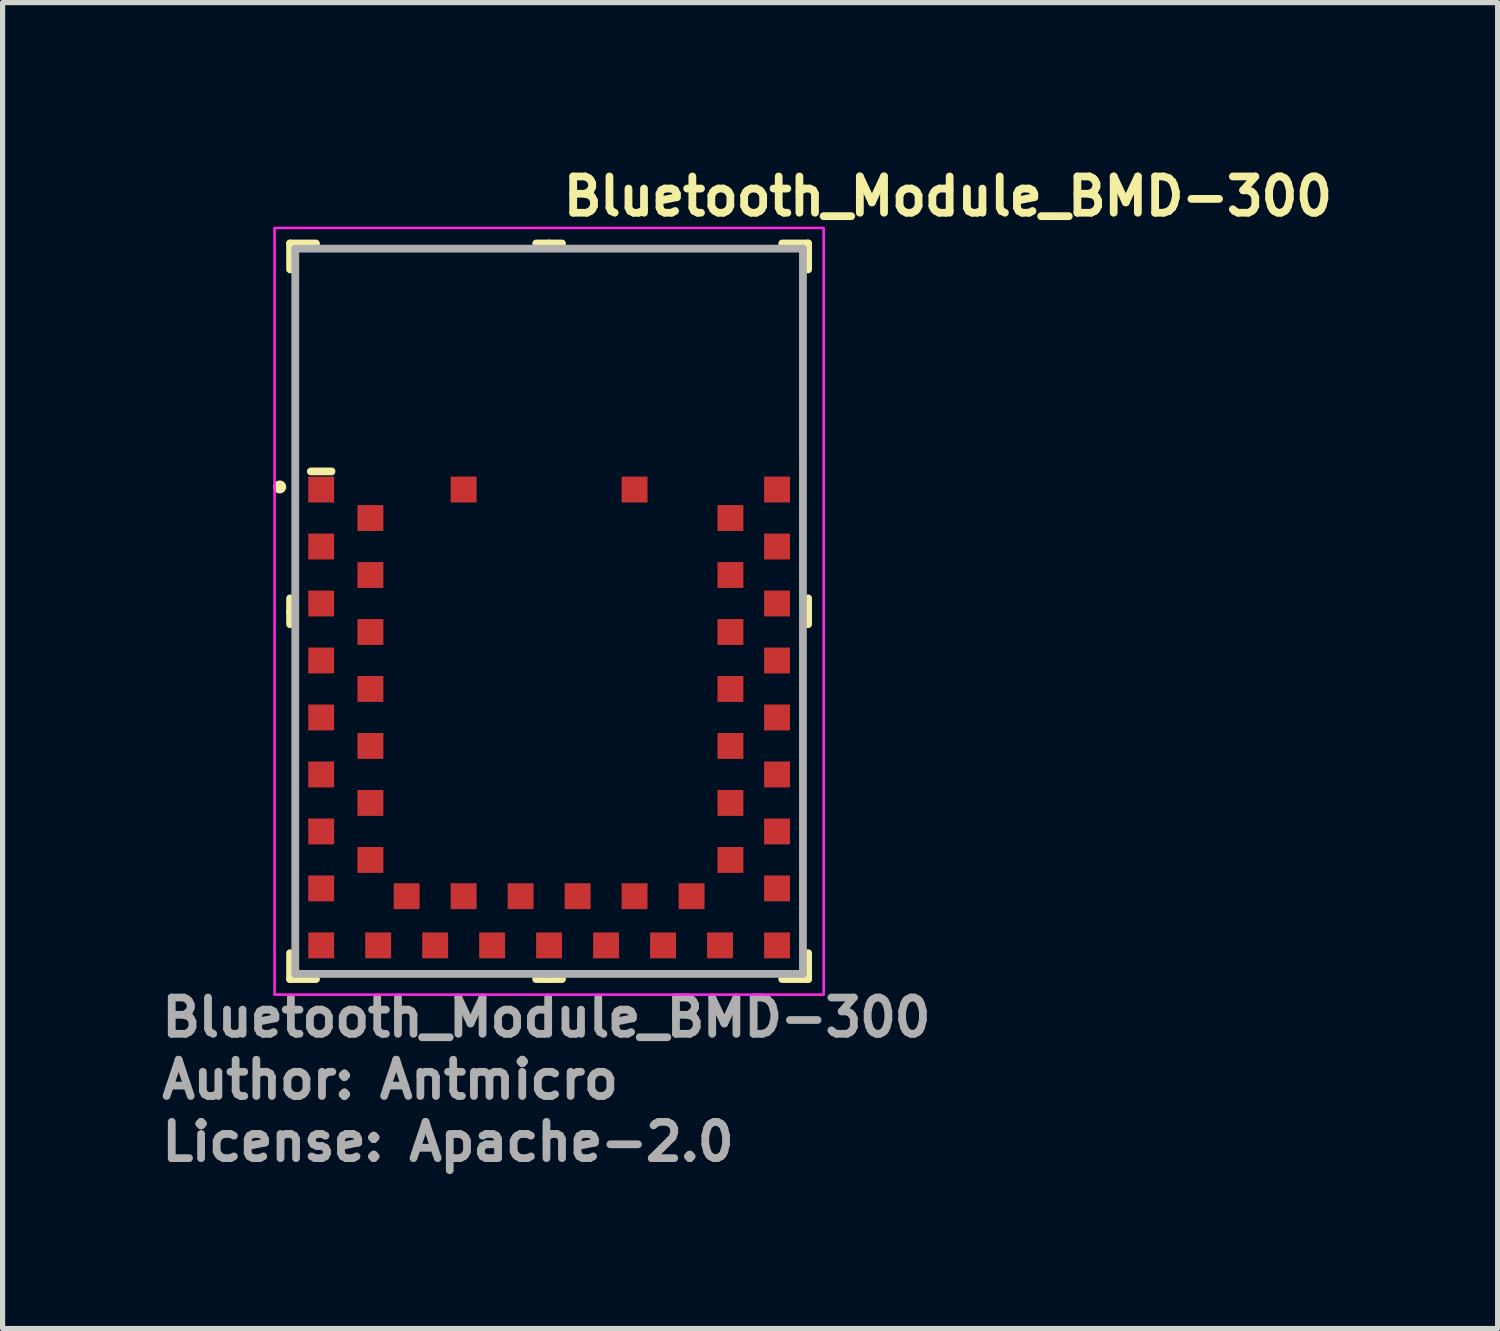
<source format=kicad_pcb>
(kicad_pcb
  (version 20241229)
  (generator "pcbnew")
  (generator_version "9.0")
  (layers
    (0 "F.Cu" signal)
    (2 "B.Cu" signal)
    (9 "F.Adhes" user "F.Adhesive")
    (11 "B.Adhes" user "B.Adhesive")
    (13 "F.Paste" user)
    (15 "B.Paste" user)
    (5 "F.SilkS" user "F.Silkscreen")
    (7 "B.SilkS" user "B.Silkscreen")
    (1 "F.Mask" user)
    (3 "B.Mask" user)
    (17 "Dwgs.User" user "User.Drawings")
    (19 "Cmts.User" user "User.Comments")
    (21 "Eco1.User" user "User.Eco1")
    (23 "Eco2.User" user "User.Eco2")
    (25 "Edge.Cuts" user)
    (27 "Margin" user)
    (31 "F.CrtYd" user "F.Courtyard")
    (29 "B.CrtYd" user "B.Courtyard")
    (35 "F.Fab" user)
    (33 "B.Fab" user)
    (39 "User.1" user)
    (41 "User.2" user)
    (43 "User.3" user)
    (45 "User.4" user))
  (footprint "Bluetooth_Module_BMD-300"
    (layer "F.Cu")
    (at 7.75 8.55)
    (property "Reference" "Bluetooth_Module_BMD-300" (at 0 -7.4 0) (layer "F.SilkS") (effects (font (size 0.7 0.7) (thickness 0.15)) (justify left bottom)))
    (attr smd)
    (fp_line (start -5.2 -6.9) (end -5.2 -6.4) (stroke (width 0.15) (type solid)) (layer "F.SilkS"))
    (fp_line (start -5.2 -6.9) (end -4.7 -6.9) (stroke (width 0.15) (type solid)) (layer "F.SilkS"))
    (fp_line (start -5.2 0.2) (end -5.2 -0.05) (stroke (width 0.15) (type solid)) (layer "F.SilkS"))
    (fp_line (start -5.2 0.2) (end -5.2 0.45) (stroke (width 0.15) (type solid)) (layer "F.SilkS"))
    (fp_line (start -5.2 7.3) (end -5.2 6.8) (stroke (width 0.15) (type solid)) (layer "F.SilkS"))
    (fp_line (start -5.2 7.3) (end -4.7 7.3) (stroke (width 0.15) (type solid)) (layer "F.SilkS"))
    (fp_line (start -4.4 -2.5) (end -4.8 -2.5) (stroke (width 0.15) (type solid)) (layer "F.SilkS"))
    (fp_line (start -0.2 -6.9) (end -0.45 -6.9) (stroke (width 0.15) (type solid)) (layer "F.SilkS"))
    (fp_line (start -0.2 -6.9) (end 0.05 -6.9) (stroke (width 0.15) (type solid)) (layer "F.SilkS"))
    (fp_line (start -0.2 7.3) (end -0.45 7.3) (stroke (width 0.15) (type solid)) (layer "F.SilkS"))
    (fp_line (start -0.2 7.3) (end 0.05 7.3) (stroke (width 0.15) (type solid)) (layer "F.SilkS"))
    (fp_line (start 4.8 -6.9) (end 4.3 -6.9) (stroke (width 0.15) (type solid)) (layer "F.SilkS"))
    (fp_line (start 4.8 -6.9) (end 4.8 -6.4) (stroke (width 0.15) (type solid)) (layer "F.SilkS"))
    (fp_line (start 4.8 0.2) (end 4.8 -0.05) (stroke (width 0.15) (type solid)) (layer "F.SilkS"))
    (fp_line (start 4.8 0.2) (end 4.8 0.45) (stroke (width 0.15) (type solid)) (layer "F.SilkS"))
    (fp_line (start 4.8 7.3) (end 4.3 7.3) (stroke (width 0.15) (type solid)) (layer "F.SilkS"))
    (fp_line (start 4.8 7.3) (end 4.8 6.8) (stroke (width 0.15) (type solid)) (layer "F.SilkS"))
    (fp_circle (center -5.4 -2.2) (end -5.4 -2.15) (stroke (width 0.15) (type solid)) (fill yes) (layer "F.SilkS"))
    (fp_rect (start 5.1 -7.2) (end -5.5 7.6) (stroke (width 0.05) (type solid)) (fill no) (layer "F.CrtYd"))
    (fp_line (start -5.1 -6.8) (end -5.1 7.2) (stroke (width 0.15) (type solid)) (layer "F.Fab"))
    (fp_line (start 4.7 -6.8) (end -5.1 -6.8) (stroke (width 0.15) (type solid)) (layer "F.Fab"))
    (fp_line (start 4.7 -6.8) (end 4.7 7.2) (stroke (width 0.15) (type solid)) (layer "F.Fab"))
    (fp_line (start 4.7 7.2) (end -5.1 7.2) (stroke (width 0.15) (type solid)) (layer "F.Fab"))
    (fp_rect (start -5.1 7.2) (end 4.7 -6.8) (stroke (width 0.1) (type solid)) (fill no) (layer "User.5"))
    (fp_line (start -5.1 -6.8) (end -5.1 7.2) (stroke (width 0.02) (type solid)) (layer "User.9"))
    (fp_line (start -5.1 7.2) (end 4.7 7.2) (stroke (width 0.02) (type solid)) (layer "User.9"))
    (fp_line (start -4.876 -1.696) (end -4.876 0.404) (stroke (width 0.02) (type solid)) (layer "User.9"))
    (fp_line (start -4.876 0.404) (end -4.525 0.404) (stroke (width 0.02) (type solid)) (layer "User.9"))
    (fp_line (start -4.827 4.319) (end -4.827 4.619) (stroke (width 0.02) (type solid)) (layer "User.9"))
    (fp_line (start -4.827 4.319) (end -4.525 4.319) (stroke (width 0.02) (type solid)) (layer "User.9"))
    (fp_line (start -4.827 5.619) (end -4.827 5.919) (stroke (width 0.02) (type solid)) (layer "User.9"))
    (fp_line (start -4.825 0.49) (end -4.825 2.971) (stroke (width 0.02) (type solid)) (layer "User.9"))
    (fp_line (start -4.825 0.49) (end -4.737 0.49) (stroke (width 0.02) (type solid)) (layer "User.9"))
    (fp_line (start -4.817 5.619) (end -4.817 4.619) (stroke (width 0.02) (type solid)) (layer "User.9"))
    (fp_line (start -4.737 0.49) (end -4.737 0.49) (stroke (width 0.02) (type solid)) (layer "User.9"))
    (fp_line (start -4.737 0.49) (end -4.525 0.49) (stroke (width 0.02) (type solid)) (layer "User.9"))
    (fp_line (start -4.737 2.971) (end -4.825 2.971) (stroke (width 0.02) (type solid)) (layer "User.9"))
    (fp_line (start -4.737 2.971) (end -4.737 2.971) (stroke (width 0.02) (type solid)) (layer "User.9"))
    (fp_line (start -4.675 3.268) (end -4.525 3.268) (stroke (width 0.02) (type solid)) (layer "User.9"))
    (fp_line (start -4.675 3.768) (end -4.675 3.268) (stroke (width 0.02) (type solid)) (layer "User.9"))
    (fp_line (start -4.675 3.768) (end -4.525 3.768) (stroke (width 0.02) (type solid)) (layer "User.9"))
    (fp_line (start -4.645 6.47) (end -4.525 6.47) (stroke (width 0.02) (type solid)) (layer "User.9"))
    (fp_line (start -4.645 6.97) (end -4.645 6.47) (stroke (width 0.02) (type solid)) (layer "User.9"))
    (fp_line (start -4.645 6.97) (end -4.395 6.97) (stroke (width 0.02) (type solid)) (layer "User.9"))
    (fp_line (start -4.525 -2.35) (end 4.125 -2.35) (stroke (width 0.02) (type solid)) (layer "User.9"))
    (fp_line (start -4.525 -2.262) (end -4.525 -2.35) (stroke (width 0.02) (type solid)) (layer "User.9"))
    (fp_line (start -4.525 -2.262) (end -4.525 -2.262) (stroke (width 0.02) (type solid)) (layer "User.9"))
    (fp_line (start -4.525 -2.05) (end -4.525 -2.262) (stroke (width 0.02) (type solid)) (layer "User.9"))
    (fp_line (start -4.525 -1.696) (end -4.876 -1.696) (stroke (width 0.02) (type solid)) (layer "User.9"))
    (fp_line (start -4.525 0.49) (end -4.525 -2.05) (stroke (width 0.02) (type solid)) (layer "User.9"))
    (fp_line (start -4.525 2.971) (end -4.737 2.971) (stroke (width 0.02) (type solid)) (layer "User.9"))
    (fp_line (start -4.525 4.619) (end -4.827 4.619) (stroke (width 0.02) (type solid)) (layer "User.9"))
    (fp_line (start -4.525 5.619) (end -4.827 5.619) (stroke (width 0.02) (type solid)) (layer "User.9"))
    (fp_line (start -4.525 5.919) (end -4.827 5.919) (stroke (width 0.02) (type solid)) (layer "User.9"))
    (fp_line (start -4.525 6.67) (end -4.525 2.971) (stroke (width 0.02) (type solid)) (layer "User.9"))
    (fp_line (start -4.395 6.67) (end -4.395 6.97) (stroke (width 0.02) (type solid)) (layer "User.9"))
    (fp_line (start -3.895 6.67) (end -3.895 6.97) (stroke (width 0.02) (type solid)) (layer "User.9"))
    (fp_line (start -3.895 6.96) (end -4.395 6.96) (stroke (width 0.02) (type solid)) (layer "User.9"))
    (fp_line (start -3.895 6.97) (end -3.645 6.97) (stroke (width 0.02) (type solid)) (layer "User.9"))
    (fp_line (start -3.645 6.67) (end -3.645 6.97) (stroke (width 0.02) (type solid)) (layer "User.9"))
    (fp_line (start -3.16 6.67) (end -4.525 6.67) (stroke (width 0.02) (type solid)) (layer "User.9"))
    (fp_line (start -3.16 6.882) (end -3.16 6.67) (stroke (width 0.02) (type solid)) (layer "User.9"))
    (fp_line (start -3.16 6.882) (end -3.16 6.882) (stroke (width 0.02) (type solid)) (layer "User.9"))
    (fp_line (start -3.16 6.97) (end -3.16 6.882) (stroke (width 0.02) (type solid)) (layer "User.9"))
    (fp_line (start -3.16 6.97) (end 4.125 6.97) (stroke (width 0.02) (type solid)) (layer "User.9"))
    (fp_line (start 4.125 -2.35) (end 4.125 -2.262) (stroke (width 0.02) (type solid)) (layer "User.9"))
    (fp_line (start 4.125 -2.262) (end 4.125 -2.262) (stroke (width 0.02) (type solid)) (layer "User.9"))
    (fp_line (start 4.125 -2.262) (end 4.125 -2.05) (stroke (width 0.02) (type solid)) (layer "User.9"))
    (fp_line (start 4.125 -2.05) (end 4.145 -2.088) (stroke (width 0.02) (type solid)) (layer "User.9"))
    (fp_line (start 4.125 -2.05) (end 4.184 -2.088) (stroke (width 0.02) (type solid)) (layer "User.9"))
    (fp_line (start 4.125 6.67) (end 4.125 6.882) (stroke (width 0.02) (type solid)) (layer "User.9"))
    (fp_line (start 4.125 6.882) (end 4.125 6.882) (stroke (width 0.02) (type solid)) (layer "User.9"))
    (fp_line (start 4.125 6.882) (end 4.125 6.97) (stroke (width 0.02) (type solid)) (layer "User.9"))
    (fp_line (start 4.145 -2.088) (end 4.163 -2.125) (stroke (width 0.02) (type solid)) (layer "User.9"))
    (fp_line (start 4.145 6.708) (end 4.125 6.67) (stroke (width 0.02) (type solid)) (layer "User.9"))
    (fp_line (start 4.163 -2.125) (end 4.172 -2.144) (stroke (width 0.02) (type solid)) (layer "User.9"))
    (fp_line (start 4.163 6.745) (end 4.145 6.708) (stroke (width 0.02) (type solid)) (layer "User.9"))
    (fp_line (start 4.172 -2.144) (end 4.18 -2.163) (stroke (width 0.02) (type solid)) (layer "User.9"))
    (fp_line (start 4.172 6.764) (end 4.163 6.745) (stroke (width 0.02) (type solid)) (layer "User.9"))
    (fp_line (start 4.18 -2.163) (end 4.188 -2.181) (stroke (width 0.02) (type solid)) (layer "User.9"))
    (fp_line (start 4.18 6.782) (end 4.172 6.764) (stroke (width 0.02) (type solid)) (layer "User.9"))
    (fp_line (start 4.184 -2.088) (end 4.24 -2.125) (stroke (width 0.02) (type solid)) (layer "User.9"))
    (fp_line (start 4.184 6.708) (end 4.125 6.67) (stroke (width 0.02) (type solid)) (layer "User.9"))
    (fp_line (start 4.188 -2.181) (end 4.196 -2.2) (stroke (width 0.02) (type solid)) (layer "User.9"))
    (fp_line (start 4.188 6.801) (end 4.18 6.782) (stroke (width 0.02) (type solid)) (layer "User.9"))
    (fp_line (start 4.196 -2.2) (end 4.202 -2.219) (stroke (width 0.02) (type solid)) (layer "User.9"))
    (fp_line (start 4.196 6.82) (end 4.188 6.801) (stroke (width 0.02) (type solid)) (layer "User.9"))
    (fp_line (start 4.202 -2.219) (end 4.208 -2.237) (stroke (width 0.02) (type solid)) (layer "User.9"))
    (fp_line (start 4.202 6.839) (end 4.196 6.82) (stroke (width 0.02) (type solid)) (layer "User.9"))
    (fp_line (start 4.208 -2.237) (end 4.213 -2.256) (stroke (width 0.02) (type solid)) (layer "User.9"))
    (fp_line (start 4.208 6.858) (end 4.202 6.839) (stroke (width 0.02) (type solid)) (layer "User.9"))
    (fp_line (start 4.213 -2.256) (end 4.217 -2.275) (stroke (width 0.02) (type solid)) (layer "User.9"))
    (fp_line (start 4.213 6.726) (end 4.184 6.708) (stroke (width 0.02) (type solid)) (layer "User.9"))
    (fp_line (start 4.213 6.876) (end 4.208 6.858) (stroke (width 0.02) (type solid)) (layer "User.9"))
    (fp_line (start 4.217 -2.275) (end 4.221 -2.294) (stroke (width 0.02) (type solid)) (layer "User.9"))
    (fp_line (start 4.217 6.895) (end 4.213 6.876) (stroke (width 0.02) (type solid)) (layer "User.9"))
    (fp_line (start 4.221 -2.294) (end 4.223 -2.312) (stroke (width 0.02) (type solid)) (layer "User.9"))
    (fp_line (start 4.221 6.914) (end 4.217 6.895) (stroke (width 0.02) (type solid)) (layer "User.9"))
    (fp_line (start 4.223 -2.312) (end 4.225 -2.331) (stroke (width 0.02) (type solid)) (layer "User.9"))
    (fp_line (start 4.223 6.932) (end 4.221 6.914) (stroke (width 0.02) (type solid)) (layer "User.9"))
    (fp_line (start 4.225 -2.331) (end 4.225 -2.35) (stroke (width 0.02) (type solid)) (layer "User.9"))
    (fp_line (start 4.225 6.951) (end 4.223 6.932) (stroke (width 0.02) (type solid)) (layer "User.9"))
    (fp_line (start 4.225 6.97) (end 4.225 6.951) (stroke (width 0.02) (type solid)) (layer "User.9"))
    (fp_line (start 4.24 -2.125) (end 4.266 -2.144) (stroke (width 0.02) (type solid)) (layer "User.9"))
    (fp_line (start 4.24 6.745) (end 4.213 6.726) (stroke (width 0.02) (type solid)) (layer "User.9"))
    (fp_line (start 4.266 -2.144) (end 4.291 -2.162) (stroke (width 0.02) (type solid)) (layer "User.9"))
    (fp_line (start 4.266 6.764) (end 4.24 6.745) (stroke (width 0.02) (type solid)) (layer "User.9"))
    (fp_line (start 4.291 -2.162) (end 4.315 -2.181) (stroke (width 0.02) (type solid)) (layer "User.9"))
    (fp_line (start 4.291 6.783) (end 4.266 6.764) (stroke (width 0.02) (type solid)) (layer "User.9"))
    (fp_line (start 4.315 -2.181) (end 4.337 -2.2) (stroke (width 0.02) (type solid)) (layer "User.9"))
    (fp_line (start 4.315 6.801) (end 4.291 6.783) (stroke (width 0.02) (type solid)) (layer "User.9"))
    (fp_line (start 4.337 -2.2) (end 4.356 -2.219) (stroke (width 0.02) (type solid)) (layer "User.9"))
    (fp_line (start 4.337 6.82) (end 4.315 6.801) (stroke (width 0.02) (type solid)) (layer "User.9"))
    (fp_line (start 4.356 -2.219) (end 4.374 -2.237) (stroke (width 0.02) (type solid)) (layer "User.9"))
    (fp_line (start 4.356 6.839) (end 4.337 6.82) (stroke (width 0.02) (type solid)) (layer "User.9"))
    (fp_line (start 4.365 6.848) (end 4.356 6.839) (stroke (width 0.02) (type solid)) (layer "User.9"))
    (fp_line (start 4.374 -2.237) (end 4.389 -2.256) (stroke (width 0.02) (type solid)) (layer "User.9"))
    (fp_line (start 4.374 6.857) (end 4.365 6.848) (stroke (width 0.02) (type solid)) (layer "User.9"))
    (fp_line (start 4.382 6.867) (end 4.374 6.857) (stroke (width 0.02) (type solid)) (layer "User.9"))
    (fp_line (start 4.389 -2.256) (end 4.402 -2.275) (stroke (width 0.02) (type solid)) (layer "User.9"))
    (fp_line (start 4.389 6.876) (end 4.382 6.867) (stroke (width 0.02) (type solid)) (layer "User.9"))
    (fp_line (start 4.396 6.886) (end 4.389 6.876) (stroke (width 0.02) (type solid)) (layer "User.9"))
    (fp_line (start 4.402 -2.275) (end 4.408 -2.284) (stroke (width 0.02) (type solid)) (layer "User.9"))
    (fp_line (start 4.402 6.895) (end 4.396 6.886) (stroke (width 0.02) (type solid)) (layer "User.9"))
    (fp_line (start 4.408 -2.284) (end 4.412 -2.294) (stroke (width 0.02) (type solid)) (layer "User.9"))
    (fp_line (start 4.408 6.904) (end 4.402 6.895) (stroke (width 0.02) (type solid)) (layer "User.9"))
    (fp_line (start 4.412 -2.294) (end 4.416 -2.303) (stroke (width 0.02) (type solid)) (layer "User.9"))
    (fp_line (start 4.412 6.914) (end 4.408 6.904) (stroke (width 0.02) (type solid)) (layer "User.9"))
    (fp_line (start 4.416 -2.303) (end 4.42 -2.312) (stroke (width 0.02) (type solid)) (layer "User.9"))
    (fp_line (start 4.416 6.923) (end 4.412 6.914) (stroke (width 0.02) (type solid)) (layer "User.9"))
    (fp_line (start 4.42 -2.312) (end 4.422 -2.322) (stroke (width 0.02) (type solid)) (layer "User.9"))
    (fp_line (start 4.42 6.932) (end 4.416 6.923) (stroke (width 0.02) (type solid)) (layer "User.9"))
    (fp_line (start 4.422 -2.322) (end 4.424 -2.331) (stroke (width 0.02) (type solid)) (layer "User.9"))
    (fp_line (start 4.422 6.942) (end 4.42 6.932) (stroke (width 0.02) (type solid)) (layer "User.9"))
    (fp_line (start 4.424 -2.331) (end 4.425 -2.341) (stroke (width 0.02) (type solid)) (layer "User.9"))
    (fp_line (start 4.424 6.951) (end 4.422 6.942) (stroke (width 0.02) (type solid)) (layer "User.9"))
    (fp_line (start 4.425 -2.35) (end 4.225 -2.35) (stroke (width 0.02) (type solid)) (layer "User.9"))
    (fp_line (start 4.425 -2.341) (end 4.425 -2.35) (stroke (width 0.02) (type solid)) (layer "User.9"))
    (fp_line (start 4.425 6.961) (end 4.424 6.951) (stroke (width 0.02) (type solid)) (layer "User.9"))
    (fp_line (start 4.425 6.97) (end 4.225 6.97) (stroke (width 0.02) (type solid)) (layer "User.9"))
    (fp_line (start 4.425 6.97) (end 4.425 -2.35) (stroke (width 0.02) (type solid)) (layer "User.9"))
    (fp_line (start 4.425 6.97) (end 4.425 6.961) (stroke (width 0.02) (type solid)) (layer "User.9"))
    (fp_line (start 4.7 -6.8) (end -5.1 -6.8) (stroke (width 0.02) (type solid)) (layer "User.9"))
    (fp_line (start 4.7 7.2) (end 4.7 -6.8) (stroke (width 0.02) (type solid)) (layer "User.9"))
    (fp_text user "Author: Antmicro" (at -7.75 9.65 0) (layer "F.Fab") (effects (font (size 0.7 0.7) (thickness 0.15)) (justify left bottom)))
    (fp_text user "${REFERENCE}" (at -7.75 8.45 0) (layer "F.Fab") (effects (font (size 0.7 0.7) (thickness 0.15)) (justify left bottom)))
    (fp_text user "License: Apache-2.0" (at -7.75 10.85 0) (layer "F.Fab") (effects (font (size 0.7 0.7) (thickness 0.15)) (justify left bottom)))
    (pad "1" smd rect (at -4.6 -2.15 270) (size 0.5 0.5) (layers "F.Cu" "F.Mask" "F.Paste"))
    (pad "2" smd rect (at -3.65 -1.6 270) (size 0.5 0.5) (layers "F.Cu" "F.Mask" "F.Paste"))
    (pad "3" smd rect (at -4.6 -1.05 270) (size 0.5 0.5) (layers "F.Cu" "F.Mask" "F.Paste"))
    (pad "4" smd rect (at -3.65 -0.5 270) (size 0.5 0.5) (layers "F.Cu" "F.Mask" "F.Paste"))
    (pad "5" smd rect (at -4.6 0.05 270) (size 0.5 0.5) (layers "F.Cu" "F.Mask" "F.Paste"))
    (pad "6" smd rect (at -3.65 0.6 270) (size 0.5 0.5) (layers "F.Cu" "F.Mask" "F.Paste"))
    (pad "7" smd rect (at -4.6 1.15 270) (size 0.5 0.5) (layers "F.Cu" "F.Mask" "F.Paste"))
    (pad "8" smd rect (at -3.65 1.7 270) (size 0.5 0.5) (layers "F.Cu" "F.Mask" "F.Paste"))
    (pad "9" smd rect (at -4.6 2.25 270) (size 0.5 0.5) (layers "F.Cu" "F.Mask" "F.Paste"))
    (pad "10" smd rect (at -3.65 2.8 270) (size 0.5 0.5) (layers "F.Cu" "F.Mask" "F.Paste"))
    (pad "11" smd rect (at -4.6 3.35 270) (size 0.5 0.5) (layers "F.Cu" "F.Mask" "F.Paste"))
    (pad "12" smd rect (at -3.65 3.9 270) (size 0.5 0.5) (layers "F.Cu" "F.Mask" "F.Paste"))
    (pad "13" smd rect (at -4.6 4.45 270) (size 0.5 0.5) (layers "F.Cu" "F.Mask" "F.Paste"))
    (pad "14" smd rect (at -3.65 5 270) (size 0.5 0.5) (layers "F.Cu" "F.Mask" "F.Paste"))
    (pad "15" smd rect (at -4.6 5.55 270) (size 0.5 0.5) (layers "F.Cu" "F.Mask" "F.Paste"))
    (pad "16" smd rect (at -4.6 6.65 270) (size 0.5 0.5) (layers "F.Cu" "F.Mask" "F.Paste"))
    (pad "17" smd rect (at -3.5 6.65 270) (size 0.5 0.5) (layers "F.Cu" "F.Mask" "F.Paste"))
    (pad "18" smd rect (at -2.95 5.7 270) (size 0.5 0.5) (layers "F.Cu" "F.Mask" "F.Paste"))
    (pad "19" smd rect (at -2.4 6.65 270) (size 0.5 0.5) (layers "F.Cu" "F.Mask" "F.Paste"))
    (pad "20" smd rect (at -1.85 5.7 270) (size 0.5 0.5) (layers "F.Cu" "F.Mask" "F.Paste"))
    (pad "21" smd rect (at -1.3 6.65 270) (size 0.5 0.5) (layers "F.Cu" "F.Mask" "F.Paste"))
    (pad "22" smd rect (at -0.75 5.7 270) (size 0.5 0.5) (layers "F.Cu" "F.Mask" "F.Paste"))
    (pad "23" smd rect (at -0.2 6.65 270) (size 0.5 0.5) (layers "F.Cu" "F.Mask" "F.Paste"))
    (pad "24" smd rect (at 0.35 5.7 270) (size 0.5 0.5) (layers "F.Cu" "F.Mask" "F.Paste"))
    (pad "25" smd rect (at 0.9 6.65 270) (size 0.5 0.5) (layers "F.Cu" "F.Mask" "F.Paste"))
    (pad "26" smd rect (at 1.45 5.7 270) (size 0.5 0.5) (layers "F.Cu" "F.Mask" "F.Paste"))
    (pad "27" smd rect (at 2 6.65 270) (size 0.5 0.5) (layers "F.Cu" "F.Mask" "F.Paste"))
    (pad "28" smd rect (at 2.55 5.7 270) (size 0.5 0.5) (layers "F.Cu" "F.Mask" "F.Paste"))
    (pad "29" smd rect (at 3.1 6.65 270) (size 0.5 0.5) (layers "F.Cu" "F.Mask" "F.Paste"))
    (pad "30" smd rect (at 4.2 6.65 270) (size 0.5 0.5) (layers "F.Cu" "F.Mask" "F.Paste"))
    (pad "31" smd rect (at 4.2 5.55 270) (size 0.5 0.5) (layers "F.Cu" "F.Mask" "F.Paste"))
    (pad "32" smd rect (at 3.3 5 270) (size 0.5 0.5) (layers "F.Cu" "F.Mask" "F.Paste"))
    (pad "33" smd rect (at 4.2 4.45 270) (size 0.5 0.5) (layers "F.Cu" "F.Mask" "F.Paste"))
    (pad "34" smd rect (at 3.3 3.9 270) (size 0.5 0.5) (layers "F.Cu" "F.Mask" "F.Paste"))
    (pad "35" smd rect (at 4.2 3.35 270) (size 0.5 0.5) (layers "F.Cu" "F.Mask" "F.Paste"))
    (pad "36" smd rect (at 3.3 2.8 270) (size 0.5 0.5) (layers "F.Cu" "F.Mask" "F.Paste"))
    (pad "37" smd rect (at 4.2 2.25 270) (size 0.5 0.5) (layers "F.Cu" "F.Mask" "F.Paste"))
    (pad "38" smd rect (at 3.3 1.7 270) (size 0.5 0.5) (layers "F.Cu" "F.Mask" "F.Paste"))
    (pad "39" smd rect (at 4.2 1.15 270) (size 0.5 0.5) (layers "F.Cu" "F.Mask" "F.Paste"))
    (pad "40" smd rect (at 3.3 0.6 270) (size 0.5 0.5) (layers "F.Cu" "F.Mask" "F.Paste"))
    (pad "41" smd rect (at 4.2 0.05 270) (size 0.5 0.5) (layers "F.Cu" "F.Mask" "F.Paste"))
    (pad "42" smd rect (at 3.3 -0.5 270) (size 0.5 0.5) (layers "F.Cu" "F.Mask" "F.Paste"))
    (pad "43" smd rect (at 4.2 -1.05 270) (size 0.5 0.5) (layers "F.Cu" "F.Mask" "F.Paste"))
    (pad "44" smd rect (at 3.3 -1.6 270) (size 0.5 0.5) (layers "F.Cu" "F.Mask" "F.Paste"))
    (pad "45" smd rect (at 4.2 -2.15 270) (size 0.5 0.5) (layers "F.Cu" "F.Mask" "F.Paste"))
    (pad "46" smd rect (at 1.45 -2.15 270) (size 0.5 0.5) (layers "F.Cu" "F.Mask" "F.Paste"))
    (pad "47" smd rect (at -1.85 -2.15 270) (size 0.5 0.5) (layers "F.Cu" "F.Mask" "F.Paste")))
  (gr_rect
    (start -3 -3)
    (end 25.86 22.596)
    (stroke (width 0.1) (type default))
    (fill no)
    (layer "Edge.Cuts")))
</source>
